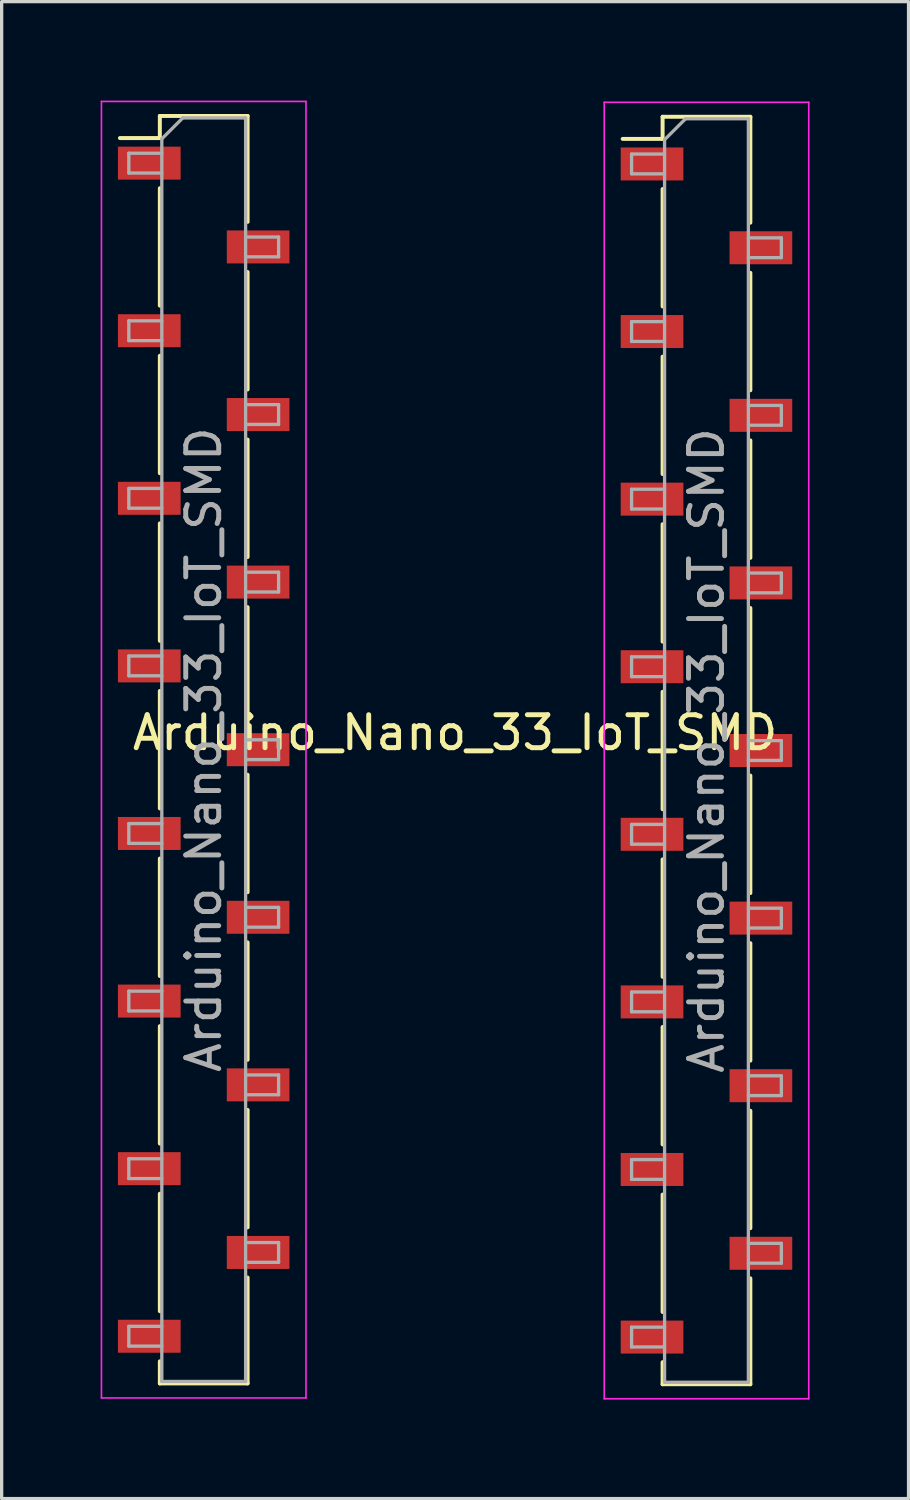
<source format=kicad_pcb>
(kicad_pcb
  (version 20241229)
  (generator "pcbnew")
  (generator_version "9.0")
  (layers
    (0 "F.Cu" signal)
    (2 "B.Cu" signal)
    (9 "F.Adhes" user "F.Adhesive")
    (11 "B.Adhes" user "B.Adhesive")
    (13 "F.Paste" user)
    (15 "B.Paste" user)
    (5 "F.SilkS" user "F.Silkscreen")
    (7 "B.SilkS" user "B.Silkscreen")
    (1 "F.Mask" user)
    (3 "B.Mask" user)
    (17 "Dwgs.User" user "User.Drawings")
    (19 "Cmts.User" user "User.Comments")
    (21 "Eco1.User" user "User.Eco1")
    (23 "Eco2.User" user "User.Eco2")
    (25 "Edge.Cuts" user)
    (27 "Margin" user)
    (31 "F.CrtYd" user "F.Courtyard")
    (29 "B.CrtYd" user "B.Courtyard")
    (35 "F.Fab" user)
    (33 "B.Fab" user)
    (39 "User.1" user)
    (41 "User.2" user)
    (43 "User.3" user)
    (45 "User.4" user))
  (footprint "Arduino_Nano_33_IoT_SMD"
    (layer "F.Cu")
    (at 10.745 19.66)
    (property "Reference" "Arduino_Nano_33_IoT_SMD" (at 0 -0.5 0) (unlocked yes) (layer "F.SilkS") (effects (font (size 1 1) (thickness 0.15))))
    (attr smd)
    (fp_line (start -10.16 -18.525) (end -8.95 -18.525) (stroke (width 0.12) (type solid)) (layer "F.SilkS"))
    (fp_line (start -8.95 -19.195) (end -8.95 -18.525) (stroke (width 0.12) (type solid)) (layer "F.SilkS"))
    (fp_line (start -8.95 -19.195) (end -6.29 -19.195) (stroke (width 0.12) (type solid)) (layer "F.SilkS"))
    (fp_line (start -8.95 -17.005) (end -8.95 -13.445) (stroke (width 0.12) (type solid)) (layer "F.SilkS"))
    (fp_line (start -8.95 -11.925) (end -8.95 -8.365) (stroke (width 0.12) (type solid)) (layer "F.SilkS"))
    (fp_line (start -8.95 -6.845) (end -8.95 -3.285) (stroke (width 0.12) (type solid)) (layer "F.SilkS"))
    (fp_line (start -8.95 -1.765) (end -8.95 1.795) (stroke (width 0.12) (type solid)) (layer "F.SilkS"))
    (fp_line (start -8.95 3.315) (end -8.95 6.875) (stroke (width 0.12) (type solid)) (layer "F.SilkS"))
    (fp_line (start -8.95 8.395) (end -8.95 11.955) (stroke (width 0.12) (type solid)) (layer "F.SilkS"))
    (fp_line (start -8.95 13.475) (end -8.95 17.035) (stroke (width 0.12) (type solid)) (layer "F.SilkS"))
    (fp_line (start -8.95 18.555) (end -8.95 19.225) (stroke (width 0.12) (type solid)) (layer "F.SilkS"))
    (fp_line (start -8.95 19.225) (end -6.29 19.225) (stroke (width 0.12) (type solid)) (layer "F.SilkS"))
    (fp_line (start -6.29 -19.195) (end -6.29 -15.985) (stroke (width 0.12) (type solid)) (layer "F.SilkS"))
    (fp_line (start -6.29 -14.465) (end -6.29 -10.905) (stroke (width 0.12) (type solid)) (layer "F.SilkS"))
    (fp_line (start -6.29 -9.385) (end -6.29 -5.825) (stroke (width 0.12) (type solid)) (layer "F.SilkS"))
    (fp_line (start -6.29 -4.305) (end -6.29 -0.745) (stroke (width 0.12) (type solid)) (layer "F.SilkS"))
    (fp_line (start -6.29 0.775) (end -6.29 4.335) (stroke (width 0.12) (type solid)) (layer "F.SilkS"))
    (fp_line (start -6.29 5.855) (end -6.29 9.415) (stroke (width 0.12) (type solid)) (layer "F.SilkS"))
    (fp_line (start -6.29 10.935) (end -6.29 14.495) (stroke (width 0.12) (type solid)) (layer "F.SilkS"))
    (fp_line (start -6.29 16.015) (end -6.29 19.225) (stroke (width 0.12) (type solid)) (layer "F.SilkS"))
    (fp_line (start 5.08 -18.5) (end 6.29 -18.5) (stroke (width 0.12) (type solid)) (layer "F.SilkS"))
    (fp_line (start 6.29 -19.17) (end 6.29 -18.5) (stroke (width 0.12) (type solid)) (layer "F.SilkS"))
    (fp_line (start 6.29 -19.17) (end 8.95 -19.17) (stroke (width 0.12) (type solid)) (layer "F.SilkS"))
    (fp_line (start 6.29 -16.98) (end 6.29 -13.42) (stroke (width 0.12) (type solid)) (layer "F.SilkS"))
    (fp_line (start 6.29 -11.9) (end 6.29 -8.34) (stroke (width 0.12) (type solid)) (layer "F.SilkS"))
    (fp_line (start 6.29 -6.82) (end 6.29 -3.26) (stroke (width 0.12) (type solid)) (layer "F.SilkS"))
    (fp_line (start 6.29 -1.74) (end 6.29 1.82) (stroke (width 0.12) (type solid)) (layer "F.SilkS"))
    (fp_line (start 6.29 3.34) (end 6.29 6.9) (stroke (width 0.12) (type solid)) (layer "F.SilkS"))
    (fp_line (start 6.29 8.42) (end 6.29 11.98) (stroke (width 0.12) (type solid)) (layer "F.SilkS"))
    (fp_line (start 6.29 13.5) (end 6.29 17.06) (stroke (width 0.12) (type solid)) (layer "F.SilkS"))
    (fp_line (start 6.29 18.58) (end 6.29 19.25) (stroke (width 0.12) (type solid)) (layer "F.SilkS"))
    (fp_line (start 6.29 19.25) (end 8.95 19.25) (stroke (width 0.12) (type solid)) (layer "F.SilkS"))
    (fp_line (start 8.95 -19.17) (end 8.95 -15.96) (stroke (width 0.12) (type solid)) (layer "F.SilkS"))
    (fp_line (start 8.95 -14.44) (end 8.95 -10.88) (stroke (width 0.12) (type solid)) (layer "F.SilkS"))
    (fp_line (start 8.95 -9.36) (end 8.95 -5.8) (stroke (width 0.12) (type solid)) (layer "F.SilkS"))
    (fp_line (start 8.95 -4.28) (end 8.95 -0.72) (stroke (width 0.12) (type solid)) (layer "F.SilkS"))
    (fp_line (start 8.95 0.8) (end 8.95 4.36) (stroke (width 0.12) (type solid)) (layer "F.SilkS"))
    (fp_line (start 8.95 5.88) (end 8.95 9.44) (stroke (width 0.12) (type solid)) (layer "F.SilkS"))
    (fp_line (start 8.95 10.96) (end 8.95 14.52) (stroke (width 0.12) (type solid)) (layer "F.SilkS"))
    (fp_line (start 8.95 16.04) (end 8.95 19.25) (stroke (width 0.12) (type solid)) (layer "F.SilkS"))
    (fp_line (start -10.72 -19.635) (end -4.52 -19.635) (stroke (width 0.05) (type solid)) (layer "F.CrtYd"))
    (fp_line (start -10.72 19.665) (end -10.72 -19.635) (stroke (width 0.05) (type solid)) (layer "F.CrtYd"))
    (fp_line (start -4.52 -19.635) (end -4.52 19.665) (stroke (width 0.05) (type solid)) (layer "F.CrtYd"))
    (fp_line (start -4.52 19.665) (end -10.72 19.665) (stroke (width 0.05) (type solid)) (layer "F.CrtYd"))
    (fp_line (start 4.52 -19.61) (end 10.72 -19.61) (stroke (width 0.05) (type solid)) (layer "F.CrtYd"))
    (fp_line (start 4.52 19.69) (end 4.52 -19.61) (stroke (width 0.05) (type solid)) (layer "F.CrtYd"))
    (fp_line (start 10.72 -19.61) (end 10.72 19.69) (stroke (width 0.05) (type solid)) (layer "F.CrtYd"))
    (fp_line (start 10.72 19.69) (end 4.52 19.69) (stroke (width 0.05) (type solid)) (layer "F.CrtYd"))
    (fp_line (start -9.89 -18.065) (end -8.89 -18.065) (stroke (width 0.1) (type solid)) (layer "F.Fab"))
    (fp_line (start -9.89 -17.465) (end -9.89 -18.065) (stroke (width 0.1) (type solid)) (layer "F.Fab"))
    (fp_line (start -9.89 -12.985) (end -8.89 -12.985) (stroke (width 0.1) (type solid)) (layer "F.Fab"))
    (fp_line (start -9.89 -12.385) (end -9.89 -12.985) (stroke (width 0.1) (type solid)) (layer "F.Fab"))
    (fp_line (start -9.89 -7.905) (end -8.89 -7.905) (stroke (width 0.1) (type solid)) (layer "F.Fab"))
    (fp_line (start -9.89 -7.305) (end -9.89 -7.905) (stroke (width 0.1) (type solid)) (layer "F.Fab"))
    (fp_line (start -9.89 -2.825) (end -8.89 -2.825) (stroke (width 0.1) (type solid)) (layer "F.Fab"))
    (fp_line (start -9.89 -2.225) (end -9.89 -2.825) (stroke (width 0.1) (type solid)) (layer "F.Fab"))
    (fp_line (start -9.89 2.255) (end -8.89 2.255) (stroke (width 0.1) (type solid)) (layer "F.Fab"))
    (fp_line (start -9.89 2.855) (end -9.89 2.255) (stroke (width 0.1) (type solid)) (layer "F.Fab"))
    (fp_line (start -9.89 7.335) (end -8.89 7.335) (stroke (width 0.1) (type solid)) (layer "F.Fab"))
    (fp_line (start -9.89 7.935) (end -9.89 7.335) (stroke (width 0.1) (type solid)) (layer "F.Fab"))
    (fp_line (start -9.89 12.415) (end -8.89 12.415) (stroke (width 0.1) (type solid)) (layer "F.Fab"))
    (fp_line (start -9.89 13.015) (end -9.89 12.415) (stroke (width 0.1) (type solid)) (layer "F.Fab"))
    (fp_line (start -9.89 17.495) (end -8.89 17.495) (stroke (width 0.1) (type solid)) (layer "F.Fab"))
    (fp_line (start -9.89 18.095) (end -9.89 17.495) (stroke (width 0.1) (type solid)) (layer "F.Fab"))
    (fp_line (start -8.89 -18.5) (end -8.255 -19.135) (stroke (width 0.1) (type solid)) (layer "F.Fab"))
    (fp_line (start -8.89 -17.465) (end -9.89 -17.465) (stroke (width 0.1) (type solid)) (layer "F.Fab"))
    (fp_line (start -8.89 -12.385) (end -9.89 -12.385) (stroke (width 0.1) (type solid)) (layer "F.Fab"))
    (fp_line (start -8.89 -7.305) (end -9.89 -7.305) (stroke (width 0.1) (type solid)) (layer "F.Fab"))
    (fp_line (start -8.89 -2.225) (end -9.89 -2.225) (stroke (width 0.1) (type solid)) (layer "F.Fab"))
    (fp_line (start -8.89 2.855) (end -9.89 2.855) (stroke (width 0.1) (type solid)) (layer "F.Fab"))
    (fp_line (start -8.89 7.935) (end -9.89 7.935) (stroke (width 0.1) (type solid)) (layer "F.Fab"))
    (fp_line (start -8.89 13.015) (end -9.89 13.015) (stroke (width 0.1) (type solid)) (layer "F.Fab"))
    (fp_line (start -8.89 18.095) (end -9.89 18.095) (stroke (width 0.1) (type solid)) (layer "F.Fab"))
    (fp_line (start -8.89 19.165) (end -8.89 -18.5) (stroke (width 0.1) (type solid)) (layer "F.Fab"))
    (fp_line (start -8.255 -19.135) (end -6.35 -19.135) (stroke (width 0.1) (type solid)) (layer "F.Fab"))
    (fp_line (start -6.35 -19.135) (end -6.35 19.165) (stroke (width 0.1) (type solid)) (layer "F.Fab"))
    (fp_line (start -6.35 -15.525) (end -5.35 -15.525) (stroke (width 0.1) (type solid)) (layer "F.Fab"))
    (fp_line (start -6.35 -10.445) (end -5.35 -10.445) (stroke (width 0.1) (type solid)) (layer "F.Fab"))
    (fp_line (start -6.35 -5.365) (end -5.35 -5.365) (stroke (width 0.1) (type solid)) (layer "F.Fab"))
    (fp_line (start -6.35 -0.285) (end -5.35 -0.285) (stroke (width 0.1) (type solid)) (layer "F.Fab"))
    (fp_line (start -6.35 4.795) (end -5.35 4.795) (stroke (width 0.1) (type solid)) (layer "F.Fab"))
    (fp_line (start -6.35 9.875) (end -5.35 9.875) (stroke (width 0.1) (type solid)) (layer "F.Fab"))
    (fp_line (start -6.35 14.955) (end -5.35 14.955) (stroke (width 0.1) (type solid)) (layer "F.Fab"))
    (fp_line (start -6.35 19.165) (end -8.89 19.165) (stroke (width 0.1) (type solid)) (layer "F.Fab"))
    (fp_line (start -5.35 -15.525) (end -5.35 -14.925) (stroke (width 0.1) (type solid)) (layer "F.Fab"))
    (fp_line (start -5.35 -14.925) (end -6.35 -14.925) (stroke (width 0.1) (type solid)) (layer "F.Fab"))
    (fp_line (start -5.35 -10.445) (end -5.35 -9.845) (stroke (width 0.1) (type solid)) (layer "F.Fab"))
    (fp_line (start -5.35 -9.845) (end -6.35 -9.845) (stroke (width 0.1) (type solid)) (layer "F.Fab"))
    (fp_line (start -5.35 -5.365) (end -5.35 -4.765) (stroke (width 0.1) (type solid)) (layer "F.Fab"))
    (fp_line (start -5.35 -4.765) (end -6.35 -4.765) (stroke (width 0.1) (type solid)) (layer "F.Fab"))
    (fp_line (start -5.35 -0.285) (end -5.35 0.315) (stroke (width 0.1) (type solid)) (layer "F.Fab"))
    (fp_line (start -5.35 0.315) (end -6.35 0.315) (stroke (width 0.1) (type solid)) (layer "F.Fab"))
    (fp_line (start -5.35 4.795) (end -5.35 5.395) (stroke (width 0.1) (type solid)) (layer "F.Fab"))
    (fp_line (start -5.35 5.395) (end -6.35 5.395) (stroke (width 0.1) (type solid)) (layer "F.Fab"))
    (fp_line (start -5.35 9.875) (end -5.35 10.475) (stroke (width 0.1) (type solid)) (layer "F.Fab"))
    (fp_line (start -5.35 10.475) (end -6.35 10.475) (stroke (width 0.1) (type solid)) (layer "F.Fab"))
    (fp_line (start -5.35 14.955) (end -5.35 15.555) (stroke (width 0.1) (type solid)) (layer "F.Fab"))
    (fp_line (start -5.35 15.555) (end -6.35 15.555) (stroke (width 0.1) (type solid)) (layer "F.Fab"))
    (fp_line (start 5.35 -18.04) (end 6.35 -18.04) (stroke (width 0.1) (type solid)) (layer "F.Fab"))
    (fp_line (start 5.35 -17.44) (end 5.35 -18.04) (stroke (width 0.1) (type solid)) (layer "F.Fab"))
    (fp_line (start 5.35 -12.96) (end 6.35 -12.96) (stroke (width 0.1) (type solid)) (layer "F.Fab"))
    (fp_line (start 5.35 -12.36) (end 5.35 -12.96) (stroke (width 0.1) (type solid)) (layer "F.Fab"))
    (fp_line (start 5.35 -7.88) (end 6.35 -7.88) (stroke (width 0.1) (type solid)) (layer "F.Fab"))
    (fp_line (start 5.35 -7.28) (end 5.35 -7.88) (stroke (width 0.1) (type solid)) (layer "F.Fab"))
    (fp_line (start 5.35 -2.8) (end 6.35 -2.8) (stroke (width 0.1) (type solid)) (layer "F.Fab"))
    (fp_line (start 5.35 -2.2) (end 5.35 -2.8) (stroke (width 0.1) (type solid)) (layer "F.Fab"))
    (fp_line (start 5.35 2.28) (end 6.35 2.28) (stroke (width 0.1) (type solid)) (layer "F.Fab"))
    (fp_line (start 5.35 2.88) (end 5.35 2.28) (stroke (width 0.1) (type solid)) (layer "F.Fab"))
    (fp_line (start 5.35 7.36) (end 6.35 7.36) (stroke (width 0.1) (type solid)) (layer "F.Fab"))
    (fp_line (start 5.35 7.96) (end 5.35 7.36) (stroke (width 0.1) (type solid)) (layer "F.Fab"))
    (fp_line (start 5.35 12.44) (end 6.35 12.44) (stroke (width 0.1) (type solid)) (layer "F.Fab"))
    (fp_line (start 5.35 13.04) (end 5.35 12.44) (stroke (width 0.1) (type solid)) (layer "F.Fab"))
    (fp_line (start 5.35 17.52) (end 6.35 17.52) (stroke (width 0.1) (type solid)) (layer "F.Fab"))
    (fp_line (start 5.35 18.12) (end 5.35 17.52) (stroke (width 0.1) (type solid)) (layer "F.Fab"))
    (fp_line (start 6.35 -18.475) (end 6.985 -19.11) (stroke (width 0.1) (type solid)) (layer "F.Fab"))
    (fp_line (start 6.35 -17.44) (end 5.35 -17.44) (stroke (width 0.1) (type solid)) (layer "F.Fab"))
    (fp_line (start 6.35 -12.36) (end 5.35 -12.36) (stroke (width 0.1) (type solid)) (layer "F.Fab"))
    (fp_line (start 6.35 -7.28) (end 5.35 -7.28) (stroke (width 0.1) (type solid)) (layer "F.Fab"))
    (fp_line (start 6.35 -2.2) (end 5.35 -2.2) (stroke (width 0.1) (type solid)) (layer "F.Fab"))
    (fp_line (start 6.35 2.88) (end 5.35 2.88) (stroke (width 0.1) (type solid)) (layer "F.Fab"))
    (fp_line (start 6.35 7.96) (end 5.35 7.96) (stroke (width 0.1) (type solid)) (layer "F.Fab"))
    (fp_line (start 6.35 13.04) (end 5.35 13.04) (stroke (width 0.1) (type solid)) (layer "F.Fab"))
    (fp_line (start 6.35 18.12) (end 5.35 18.12) (stroke (width 0.1) (type solid)) (layer "F.Fab"))
    (fp_line (start 6.35 19.19) (end 6.35 -18.475) (stroke (width 0.1) (type solid)) (layer "F.Fab"))
    (fp_line (start 6.985 -19.11) (end 8.89 -19.11) (stroke (width 0.1) (type solid)) (layer "F.Fab"))
    (fp_line (start 8.89 -19.11) (end 8.89 19.19) (stroke (width 0.1) (type solid)) (layer "F.Fab"))
    (fp_line (start 8.89 -15.5) (end 9.89 -15.5) (stroke (width 0.1) (type solid)) (layer "F.Fab"))
    (fp_line (start 8.89 -10.42) (end 9.89 -10.42) (stroke (width 0.1) (type solid)) (layer "F.Fab"))
    (fp_line (start 8.89 -5.34) (end 9.89 -5.34) (stroke (width 0.1) (type solid)) (layer "F.Fab"))
    (fp_line (start 8.89 -0.26) (end 9.89 -0.26) (stroke (width 0.1) (type solid)) (layer "F.Fab"))
    (fp_line (start 8.89 4.82) (end 9.89 4.82) (stroke (width 0.1) (type solid)) (layer "F.Fab"))
    (fp_line (start 8.89 9.9) (end 9.89 9.9) (stroke (width 0.1) (type solid)) (layer "F.Fab"))
    (fp_line (start 8.89 14.98) (end 9.89 14.98) (stroke (width 0.1) (type solid)) (layer "F.Fab"))
    (fp_line (start 8.89 19.19) (end 6.35 19.19) (stroke (width 0.1) (type solid)) (layer "F.Fab"))
    (fp_line (start 9.89 -15.5) (end 9.89 -14.9) (stroke (width 0.1) (type solid)) (layer "F.Fab"))
    (fp_line (start 9.89 -14.9) (end 8.89 -14.9) (stroke (width 0.1) (type solid)) (layer "F.Fab"))
    (fp_line (start 9.89 -10.42) (end 9.89 -9.82) (stroke (width 0.1) (type solid)) (layer "F.Fab"))
    (fp_line (start 9.89 -9.82) (end 8.89 -9.82) (stroke (width 0.1) (type solid)) (layer "F.Fab"))
    (fp_line (start 9.89 -5.34) (end 9.89 -4.74) (stroke (width 0.1) (type solid)) (layer "F.Fab"))
    (fp_line (start 9.89 -4.74) (end 8.89 -4.74) (stroke (width 0.1) (type solid)) (layer "F.Fab"))
    (fp_line (start 9.89 -0.26) (end 9.89 0.34) (stroke (width 0.1) (type solid)) (layer "F.Fab"))
    (fp_line (start 9.89 0.34) (end 8.89 0.34) (stroke (width 0.1) (type solid)) (layer "F.Fab"))
    (fp_line (start 9.89 4.82) (end 9.89 5.42) (stroke (width 0.1) (type solid)) (layer "F.Fab"))
    (fp_line (start 9.89 5.42) (end 8.89 5.42) (stroke (width 0.1) (type solid)) (layer "F.Fab"))
    (fp_line (start 9.89 9.9) (end 9.89 10.5) (stroke (width 0.1) (type solid)) (layer "F.Fab"))
    (fp_line (start 9.89 10.5) (end 8.89 10.5) (stroke (width 0.1) (type solid)) (layer "F.Fab"))
    (fp_line (start 9.89 14.98) (end 9.89 15.58) (stroke (width 0.1) (type solid)) (layer "F.Fab"))
    (fp_line (start 9.89 15.58) (end 8.89 15.58) (stroke (width 0.1) (type solid)) (layer "F.Fab"))
    (fp_text user "${REFERENCE}" (at 7.62 0.04 90) (layer "F.Fab") (effects (font (size 1 1) (thickness 0.15))))
    (fp_text user "${REFERENCE}" (at -7.62 0.015 90) (layer "F.Fab") (effects (font (size 1 1) (thickness 0.15))))
    (pad "1" smd rect (at -9.27 -17.765) (size 1.9 1) (layers "F.Cu" "F.Mask" "F.Paste"))
    (pad "2" smd rect (at -5.97 -15.225) (size 1.9 1) (layers "F.Cu" "F.Mask" "F.Paste"))
    (pad "3" smd rect (at -9.27 -12.685) (size 1.9 1) (layers "F.Cu" "F.Mask" "F.Paste"))
    (pad "4" smd rect (at -5.97 -10.145) (size 1.9 1) (layers "F.Cu" "F.Mask" "F.Paste"))
    (pad "5" smd rect (at -9.27 -7.605) (size 1.9 1) (layers "F.Cu" "F.Mask" "F.Paste"))
    (pad "6" smd rect (at -5.97 -5.065) (size 1.9 1) (layers "F.Cu" "F.Mask" "F.Paste"))
    (pad "7" smd rect (at -9.27 -2.525) (size 1.9 1) (layers "F.Cu" "F.Mask" "F.Paste"))
    (pad "8" smd rect (at -5.97 0.015) (size 1.9 1) (layers "F.Cu" "F.Mask" "F.Paste"))
    (pad "9" smd rect (at -9.27 2.555) (size 1.9 1) (layers "F.Cu" "F.Mask" "F.Paste"))
    (pad "10" smd rect (at -5.97 5.095) (size 1.9 1) (layers "F.Cu" "F.Mask" "F.Paste"))
    (pad "11" smd rect (at -9.27 7.635) (size 1.9 1) (layers "F.Cu" "F.Mask" "F.Paste"))
    (pad "12" smd rect (at -5.97 10.175) (size 1.9 1) (layers "F.Cu" "F.Mask" "F.Paste"))
    (pad "13" smd rect (at -9.27 12.715) (size 1.9 1) (layers "F.Cu" "F.Mask" "F.Paste"))
    (pad "14" smd rect (at -5.97 15.255) (size 1.9 1) (layers "F.Cu" "F.Mask" "F.Paste"))
    (pad "15" smd rect (at -9.27 17.795) (size 1.9 1) (layers "F.Cu" "F.Mask" "F.Paste"))
    (pad "16" smd rect (at 5.97 17.82) (size 1.9 1) (layers "F.Cu" "F.Mask" "F.Paste"))
    (pad "17" smd rect (at 9.27 15.28) (size 1.9 1) (layers "F.Cu" "F.Mask" "F.Paste"))
    (pad "18" smd rect (at 5.97 12.74) (size 1.9 1) (layers "F.Cu" "F.Mask" "F.Paste"))
    (pad "19" smd rect (at 9.27 10.2) (size 1.9 1) (layers "F.Cu" "F.Mask" "F.Paste"))
    (pad "20" smd rect (at 5.97 7.66) (size 1.9 1) (layers "F.Cu" "F.Mask" "F.Paste"))
    (pad "21" smd rect (at 9.27 5.12) (size 1.9 1) (layers "F.Cu" "F.Mask" "F.Paste"))
    (pad "22" smd rect (at 5.97 2.58) (size 1.9 1) (layers "F.Cu" "F.Mask" "F.Paste"))
    (pad "23" smd rect (at 9.27 0.04) (size 1.9 1) (layers "F.Cu" "F.Mask" "F.Paste"))
    (pad "24" smd rect (at 5.97 -2.5) (size 1.9 1) (layers "F.Cu" "F.Mask" "F.Paste"))
    (pad "25" smd rect (at 9.27 -5.04) (size 1.9 1) (layers "F.Cu" "F.Mask" "F.Paste"))
    (pad "26" smd rect (at 5.97 -7.58) (size 1.9 1) (layers "F.Cu" "F.Mask" "F.Paste"))
    (pad "27" smd rect (at 9.27 -10.12) (size 1.9 1) (layers "F.Cu" "F.Mask" "F.Paste"))
    (pad "28" smd rect (at 5.97 -12.66) (size 1.9 1) (layers "F.Cu" "F.Mask" "F.Paste"))
    (pad "29" smd rect (at 9.27 -15.2) (size 1.9 1) (layers "F.Cu" "F.Mask" "F.Paste"))
    (pad "30" smd rect (at 5.97 -17.74) (size 1.9 1) (layers "F.Cu" "F.Mask" "F.Paste")))
  (gr_rect
    (start -3 -3)
    (end 24.49 42.375)
    (stroke (width 0.1) (type default))
    (fill no)
    (layer "Edge.Cuts")))
</source>
